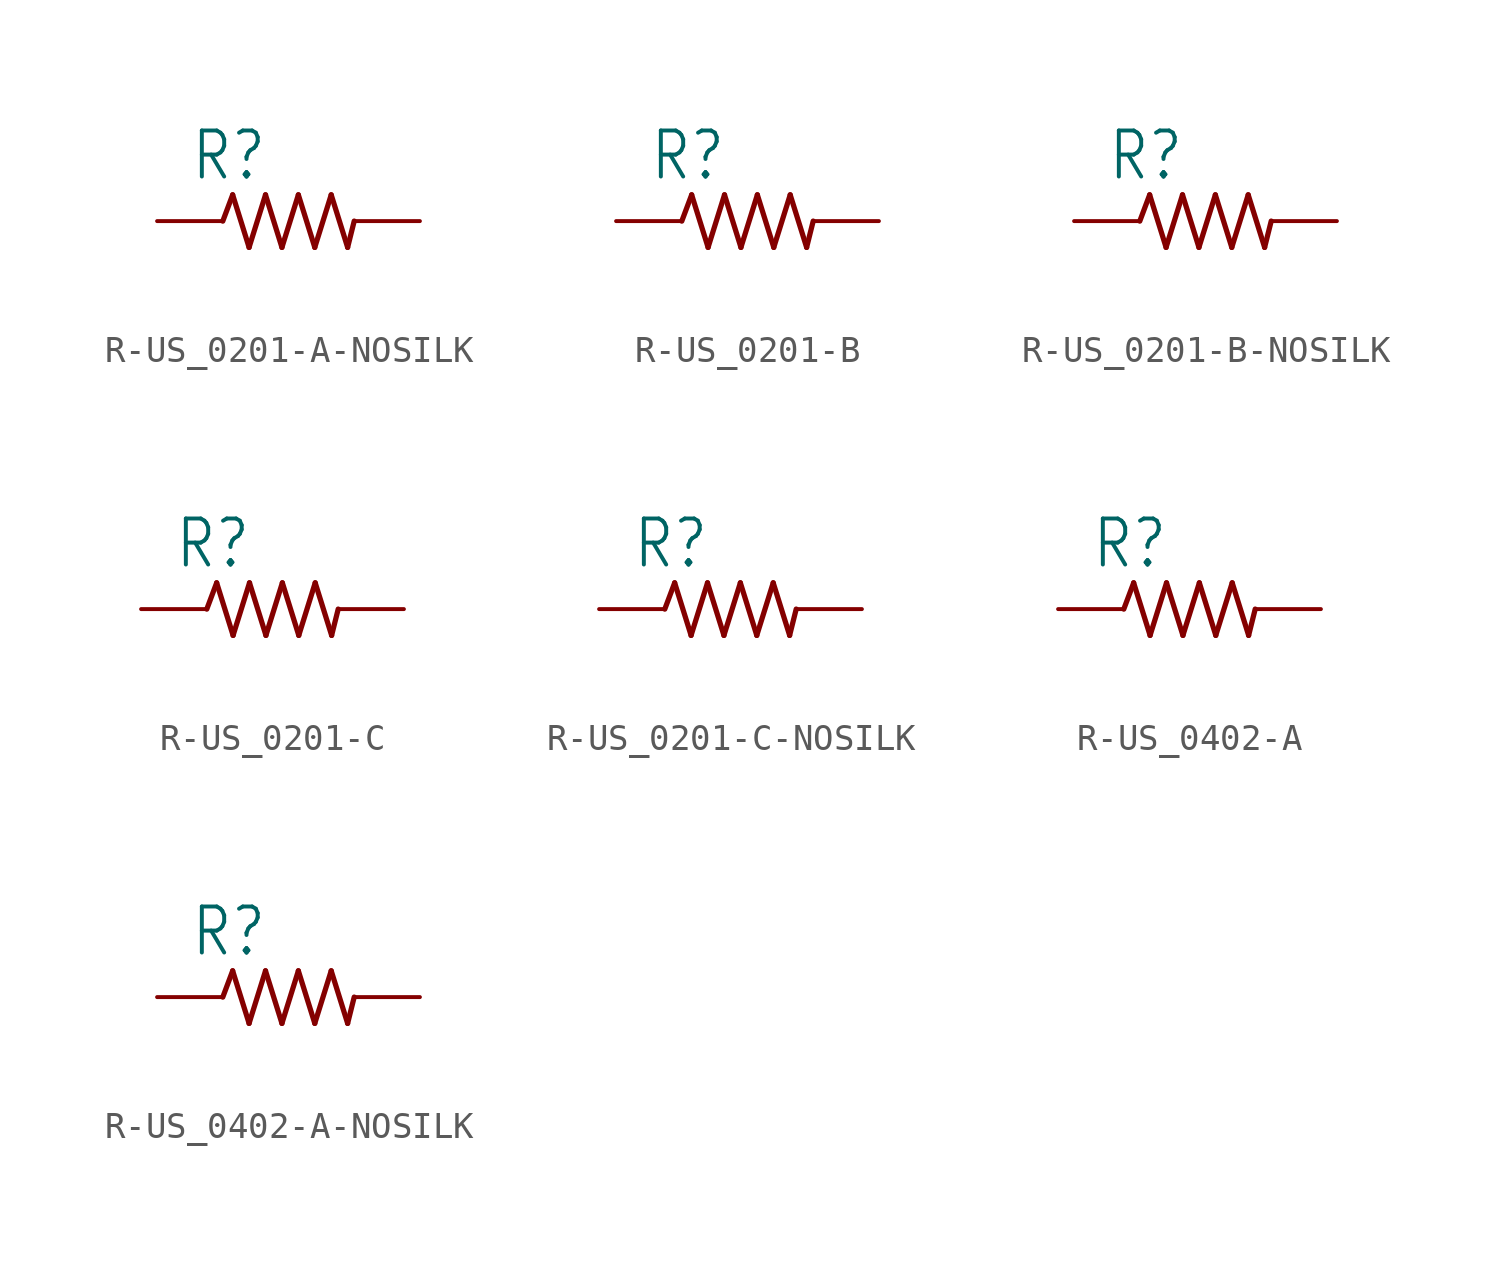
<source format=kicad_sym>
(kicad_symbol_lib
  (version 20241209)
  (generator "kicad_symbol_editor")
  (generator_version "9.0")
  (symbol "R-US_0201-A-NOSILK"
    (property "Reference" "R"
      (at -3.81 1.499 0)
      (effects (font (size 1.778 1.511)) (justify left bottom)))
    (property "Value" ""
      (at -3.81 -3.302 0)
      (effects (font (size 1.778 1.511)) (justify left bottom)))
    (property "ki_locked" ""
      (at 0 0 0)
      (effects (font (size 1.27 1.27))))
    (symbol "R-US_0201-A-NOSILK_1_0"
      (polyline (pts (xy -2.54 0) (xy -2.159 1.016)) (stroke (width 0.203) (type solid)) (fill (type none)))
      (polyline (pts (xy -2.159 1.016) (xy -1.524 -1.016)) (stroke (width 0.203) (type solid)) (fill (type none)))
      (polyline (pts (xy -1.524 -1.016) (xy -0.889 1.016)) (stroke (width 0.203) (type solid)) (fill (type none)))
      (polyline (pts (xy -0.889 1.016) (xy -0.254 -1.016)) (stroke (width 0.203) (type solid)) (fill (type none)))
      (polyline (pts (xy -0.254 -1.016) (xy 0.381 1.016)) (stroke (width 0.203) (type solid)) (fill (type none)))
      (polyline (pts (xy 0.381 1.016) (xy 1.016 -1.016)) (stroke (width 0.203) (type solid)) (fill (type none)))
      (polyline (pts (xy 1.016 -1.016) (xy 1.651 1.016)) (stroke (width 0.203) (type solid)) (fill (type none)))
      (polyline (pts (xy 1.651 1.016) (xy 2.286 -1.016)) (stroke (width 0.203) (type solid)) (fill (type none)))
      (polyline (pts (xy 2.286 -1.016) (xy 2.54 0)) (stroke (width 0.203) (type solid)) (fill (type none)))
      (pin passive line (at -5.08 0 0) (length 2.54) (name "1" (effects (font (size 0 0)))) (number "1" (effects (font (size 0 0)))))
      (pin passive line (at 5.08 0 180) (length 2.54) (name "2" (effects (font (size 0 0)))) (number "2" (effects (font (size 0 0)))))))
  (symbol "R-US_0201-B"
    (property "Reference" "R"
      (at -3.81 1.499 0)
      (effects (font (size 1.778 1.511)) (justify left bottom)))
    (property "Value" ""
      (at -3.81 -3.302 0)
      (effects (font (size 1.778 1.511)) (justify left bottom)))
    (property "ki_locked" ""
      (at 0 0 0)
      (effects (font (size 1.27 1.27))))
    (symbol "R-US_0201-B_1_0"
      (polyline (pts (xy -2.54 0) (xy -2.159 1.016)) (stroke (width 0.203) (type solid)) (fill (type none)))
      (polyline (pts (xy -2.159 1.016) (xy -1.524 -1.016)) (stroke (width 0.203) (type solid)) (fill (type none)))
      (polyline (pts (xy -1.524 -1.016) (xy -0.889 1.016)) (stroke (width 0.203) (type solid)) (fill (type none)))
      (polyline (pts (xy -0.889 1.016) (xy -0.254 -1.016)) (stroke (width 0.203) (type solid)) (fill (type none)))
      (polyline (pts (xy -0.254 -1.016) (xy 0.381 1.016)) (stroke (width 0.203) (type solid)) (fill (type none)))
      (polyline (pts (xy 0.381 1.016) (xy 1.016 -1.016)) (stroke (width 0.203) (type solid)) (fill (type none)))
      (polyline (pts (xy 1.016 -1.016) (xy 1.651 1.016)) (stroke (width 0.203) (type solid)) (fill (type none)))
      (polyline (pts (xy 1.651 1.016) (xy 2.286 -1.016)) (stroke (width 0.203) (type solid)) (fill (type none)))
      (polyline (pts (xy 2.286 -1.016) (xy 2.54 0)) (stroke (width 0.203) (type solid)) (fill (type none)))
      (pin passive line (at -5.08 0 0) (length 2.54) (name "1" (effects (font (size 0 0)))) (number "1" (effects (font (size 0 0)))))
      (pin passive line (at 5.08 0 180) (length 2.54) (name "2" (effects (font (size 0 0)))) (number "2" (effects (font (size 0 0)))))))
  (symbol "R-US_0201-B-NOSILK"
    (property "Reference" "R"
      (at -3.81 1.499 0)
      (effects (font (size 1.778 1.511)) (justify left bottom)))
    (property "Value" ""
      (at -3.81 -3.302 0)
      (effects (font (size 1.778 1.511)) (justify left bottom)))
    (property "ki_locked" ""
      (at 0 0 0)
      (effects (font (size 1.27 1.27))))
    (symbol "R-US_0201-B-NOSILK_1_0"
      (polyline (pts (xy -2.54 0) (xy -2.159 1.016)) (stroke (width 0.203) (type solid)) (fill (type none)))
      (polyline (pts (xy -2.159 1.016) (xy -1.524 -1.016)) (stroke (width 0.203) (type solid)) (fill (type none)))
      (polyline (pts (xy -1.524 -1.016) (xy -0.889 1.016)) (stroke (width 0.203) (type solid)) (fill (type none)))
      (polyline (pts (xy -0.889 1.016) (xy -0.254 -1.016)) (stroke (width 0.203) (type solid)) (fill (type none)))
      (polyline (pts (xy -0.254 -1.016) (xy 0.381 1.016)) (stroke (width 0.203) (type solid)) (fill (type none)))
      (polyline (pts (xy 0.381 1.016) (xy 1.016 -1.016)) (stroke (width 0.203) (type solid)) (fill (type none)))
      (polyline (pts (xy 1.016 -1.016) (xy 1.651 1.016)) (stroke (width 0.203) (type solid)) (fill (type none)))
      (polyline (pts (xy 1.651 1.016) (xy 2.286 -1.016)) (stroke (width 0.203) (type solid)) (fill (type none)))
      (polyline (pts (xy 2.286 -1.016) (xy 2.54 0)) (stroke (width 0.203) (type solid)) (fill (type none)))
      (pin passive line (at -5.08 0 0) (length 2.54) (name "1" (effects (font (size 0 0)))) (number "1" (effects (font (size 0 0)))))
      (pin passive line (at 5.08 0 180) (length 2.54) (name "2" (effects (font (size 0 0)))) (number "2" (effects (font (size 0 0)))))))
  (symbol "R-US_0201-C"
    (property "Reference" "R"
      (at -3.81 1.499 0)
      (effects (font (size 1.778 1.511)) (justify left bottom)))
    (property "Value" ""
      (at -3.81 -3.302 0)
      (effects (font (size 1.778 1.511)) (justify left bottom)))
    (property "ki_locked" ""
      (at 0 0 0)
      (effects (font (size 1.27 1.27))))
    (symbol "R-US_0201-C_1_0"
      (polyline (pts (xy -2.54 0) (xy -2.159 1.016)) (stroke (width 0.203) (type solid)) (fill (type none)))
      (polyline (pts (xy -2.159 1.016) (xy -1.524 -1.016)) (stroke (width 0.203) (type solid)) (fill (type none)))
      (polyline (pts (xy -1.524 -1.016) (xy -0.889 1.016)) (stroke (width 0.203) (type solid)) (fill (type none)))
      (polyline (pts (xy -0.889 1.016) (xy -0.254 -1.016)) (stroke (width 0.203) (type solid)) (fill (type none)))
      (polyline (pts (xy -0.254 -1.016) (xy 0.381 1.016)) (stroke (width 0.203) (type solid)) (fill (type none)))
      (polyline (pts (xy 0.381 1.016) (xy 1.016 -1.016)) (stroke (width 0.203) (type solid)) (fill (type none)))
      (polyline (pts (xy 1.016 -1.016) (xy 1.651 1.016)) (stroke (width 0.203) (type solid)) (fill (type none)))
      (polyline (pts (xy 1.651 1.016) (xy 2.286 -1.016)) (stroke (width 0.203) (type solid)) (fill (type none)))
      (polyline (pts (xy 2.286 -1.016) (xy 2.54 0)) (stroke (width 0.203) (type solid)) (fill (type none)))
      (pin passive line (at -5.08 0 0) (length 2.54) (name "1" (effects (font (size 0 0)))) (number "1" (effects (font (size 0 0)))))
      (pin passive line (at 5.08 0 180) (length 2.54) (name "2" (effects (font (size 0 0)))) (number "2" (effects (font (size 0 0)))))))
  (symbol "R-US_0201-C-NOSILK"
    (property "Reference" "R"
      (at -3.81 1.499 0)
      (effects (font (size 1.778 1.511)) (justify left bottom)))
    (property "Value" ""
      (at -3.81 -3.302 0)
      (effects (font (size 1.778 1.511)) (justify left bottom)))
    (property "ki_locked" ""
      (at 0 0 0)
      (effects (font (size 1.27 1.27))))
    (symbol "R-US_0201-C-NOSILK_1_0"
      (polyline (pts (xy -2.54 0) (xy -2.159 1.016)) (stroke (width 0.203) (type solid)) (fill (type none)))
      (polyline (pts (xy -2.159 1.016) (xy -1.524 -1.016)) (stroke (width 0.203) (type solid)) (fill (type none)))
      (polyline (pts (xy -1.524 -1.016) (xy -0.889 1.016)) (stroke (width 0.203) (type solid)) (fill (type none)))
      (polyline (pts (xy -0.889 1.016) (xy -0.254 -1.016)) (stroke (width 0.203) (type solid)) (fill (type none)))
      (polyline (pts (xy -0.254 -1.016) (xy 0.381 1.016)) (stroke (width 0.203) (type solid)) (fill (type none)))
      (polyline (pts (xy 0.381 1.016) (xy 1.016 -1.016)) (stroke (width 0.203) (type solid)) (fill (type none)))
      (polyline (pts (xy 1.016 -1.016) (xy 1.651 1.016)) (stroke (width 0.203) (type solid)) (fill (type none)))
      (polyline (pts (xy 1.651 1.016) (xy 2.286 -1.016)) (stroke (width 0.203) (type solid)) (fill (type none)))
      (polyline (pts (xy 2.286 -1.016) (xy 2.54 0)) (stroke (width 0.203) (type solid)) (fill (type none)))
      (pin passive line (at -5.08 0 0) (length 2.54) (name "1" (effects (font (size 0 0)))) (number "1" (effects (font (size 0 0)))))
      (pin passive line (at 5.08 0 180) (length 2.54) (name "2" (effects (font (size 0 0)))) (number "2" (effects (font (size 0 0)))))))
  (symbol "R-US_0402-A"
    (property "Reference" "R"
      (at -3.81 1.499 0)
      (effects (font (size 1.778 1.511)) (justify left bottom)))
    (property "Value" ""
      (at -3.81 -3.302 0)
      (effects (font (size 1.778 1.511)) (justify left bottom)))
    (property "ki_locked" ""
      (at 0 0 0)
      (effects (font (size 1.27 1.27))))
    (symbol "R-US_0402-A_1_0"
      (polyline (pts (xy -2.54 0) (xy -2.159 1.016)) (stroke (width 0.203) (type solid)) (fill (type none)))
      (polyline (pts (xy -2.159 1.016) (xy -1.524 -1.016)) (stroke (width 0.203) (type solid)) (fill (type none)))
      (polyline (pts (xy -1.524 -1.016) (xy -0.889 1.016)) (stroke (width 0.203) (type solid)) (fill (type none)))
      (polyline (pts (xy -0.889 1.016) (xy -0.254 -1.016)) (stroke (width 0.203) (type solid)) (fill (type none)))
      (polyline (pts (xy -0.254 -1.016) (xy 0.381 1.016)) (stroke (width 0.203) (type solid)) (fill (type none)))
      (polyline (pts (xy 0.381 1.016) (xy 1.016 -1.016)) (stroke (width 0.203) (type solid)) (fill (type none)))
      (polyline (pts (xy 1.016 -1.016) (xy 1.651 1.016)) (stroke (width 0.203) (type solid)) (fill (type none)))
      (polyline (pts (xy 1.651 1.016) (xy 2.286 -1.016)) (stroke (width 0.203) (type solid)) (fill (type none)))
      (polyline (pts (xy 2.286 -1.016) (xy 2.54 0)) (stroke (width 0.203) (type solid)) (fill (type none)))
      (pin passive line (at -5.08 0 0) (length 2.54) (name "1" (effects (font (size 0 0)))) (number "1" (effects (font (size 0 0)))))
      (pin passive line (at 5.08 0 180) (length 2.54) (name "2" (effects (font (size 0 0)))) (number "2" (effects (font (size 0 0)))))))
  (symbol "R-US_0402-A-NOSILK"
    (property "Reference" "R"
      (at -3.81 1.499 0)
      (effects (font (size 1.778 1.511)) (justify left bottom)))
    (property "Value" ""
      (at -3.81 -3.302 0)
      (effects (font (size 1.778 1.511)) (justify left bottom)))
    (property "ki_locked" ""
      (at 0 0 0)
      (effects (font (size 1.27 1.27))))
    (symbol "R-US_0402-A-NOSILK_1_0"
      (polyline (pts (xy -2.54 0) (xy -2.159 1.016)) (stroke (width 0.203) (type solid)) (fill (type none)))
      (polyline (pts (xy -2.159 1.016) (xy -1.524 -1.016)) (stroke (width 0.203) (type solid)) (fill (type none)))
      (polyline (pts (xy -1.524 -1.016) (xy -0.889 1.016)) (stroke (width 0.203) (type solid)) (fill (type none)))
      (polyline (pts (xy -0.889 1.016) (xy -0.254 -1.016)) (stroke (width 0.203) (type solid)) (fill (type none)))
      (polyline (pts (xy -0.254 -1.016) (xy 0.381 1.016)) (stroke (width 0.203) (type solid)) (fill (type none)))
      (polyline (pts (xy 0.381 1.016) (xy 1.016 -1.016)) (stroke (width 0.203) (type solid)) (fill (type none)))
      (polyline (pts (xy 1.016 -1.016) (xy 1.651 1.016)) (stroke (width 0.203) (type solid)) (fill (type none)))
      (polyline (pts (xy 1.651 1.016) (xy 2.286 -1.016)) (stroke (width 0.203) (type solid)) (fill (type none)))
      (polyline (pts (xy 2.286 -1.016) (xy 2.54 0)) (stroke (width 0.203) (type solid)) (fill (type none)))
      (pin passive line (at -5.08 0 0) (length 2.54) (name "1" (effects (font (size 0 0)))) (number "1" (effects (font (size 0 0)))))
      (pin passive line (at 5.08 0 180) (length 2.54) (name "2" (effects (font (size 0 0)))) (number "2" (effects (font (size 0 0))))))))
</source>
